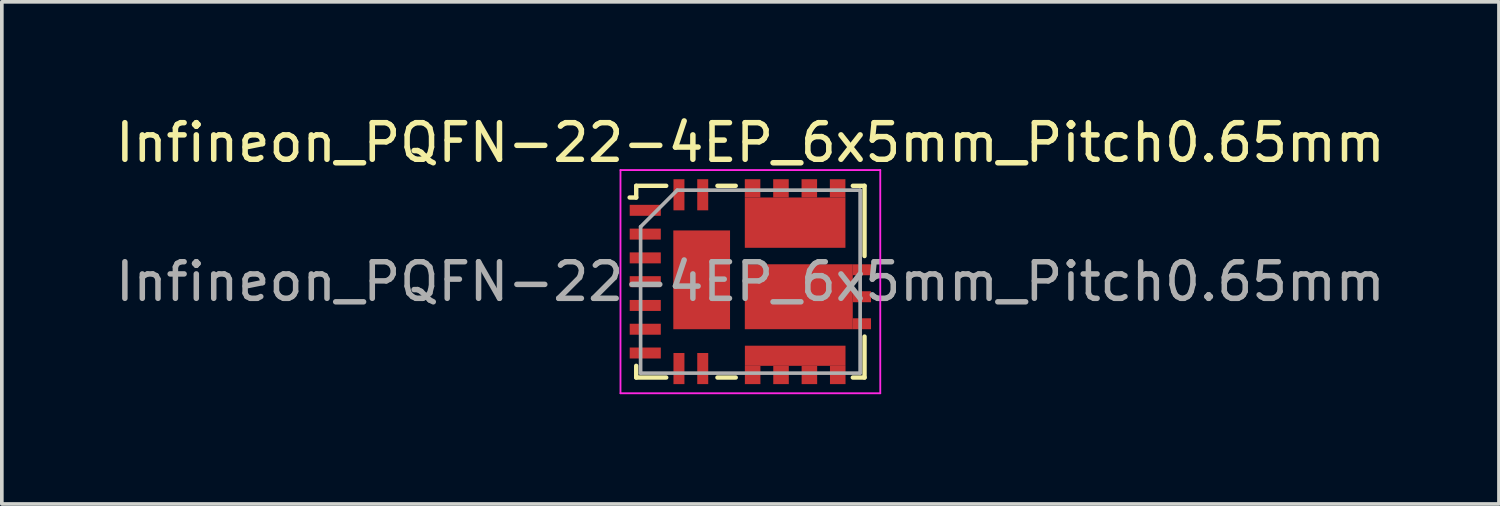
<source format=kicad_pcb>
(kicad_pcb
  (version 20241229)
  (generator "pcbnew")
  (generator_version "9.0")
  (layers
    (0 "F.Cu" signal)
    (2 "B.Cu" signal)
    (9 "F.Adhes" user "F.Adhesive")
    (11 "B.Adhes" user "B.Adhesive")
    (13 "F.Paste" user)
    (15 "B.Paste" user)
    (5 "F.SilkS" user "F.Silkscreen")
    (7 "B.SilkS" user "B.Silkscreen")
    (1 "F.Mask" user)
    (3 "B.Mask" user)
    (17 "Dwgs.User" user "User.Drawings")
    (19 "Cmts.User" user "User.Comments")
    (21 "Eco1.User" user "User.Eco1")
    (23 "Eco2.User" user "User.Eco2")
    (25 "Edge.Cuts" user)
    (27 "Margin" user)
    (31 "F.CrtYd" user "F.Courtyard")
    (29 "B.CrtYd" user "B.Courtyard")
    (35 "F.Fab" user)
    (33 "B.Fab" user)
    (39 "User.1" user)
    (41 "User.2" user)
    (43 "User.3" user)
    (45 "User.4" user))
  (footprint "Infineon_PQFN-22-4EP_6x5mm_Pitch0.65mm"
    (layer "F.Cu")
    (at 17.458 4.648)
    (property "Reference" "Infineon_PQFN-22-4EP_6x5mm_Pitch0.65mm" (at 0 -3.8 0) (layer "F.SilkS") (effects (font (size 1 1) (thickness 0.15))))
    (attr smd)
    (fp_line (start -3.12 -2.3) (end -3.3 -2.3) (stroke (width 0.12) (type solid)) (layer "F.SilkS"))
    (fp_line (start -3.12 -2.3) (end -3.12 -2.62) (stroke (width 0.12) (type solid)) (layer "F.SilkS"))
    (fp_line (start -3.12 2.62) (end -3.12 2.3) (stroke (width 0.12) (type solid)) (layer "F.SilkS"))
    (fp_line (start -2.3 -2.62) (end -3.12 -2.62) (stroke (width 0.12) (type solid)) (layer "F.SilkS"))
    (fp_line (start -2.3 2.62) (end -3.12 2.62) (stroke (width 0.12) (type solid)) (layer "F.SilkS"))
    (fp_line (start -0.9 -2.62) (end -0.4 -2.62) (stroke (width 0.12) (type solid)) (layer "F.SilkS"))
    (fp_line (start -0.9 2.62) (end -0.4 2.62) (stroke (width 0.12) (type solid)) (layer "F.SilkS"))
    (fp_line (start 3.12 -2.62) (end 2.8 -2.62) (stroke (width 0.12) (type solid)) (layer "F.SilkS"))
    (fp_line (start 3.12 -2.62) (end 3.12 -0.7) (stroke (width 0.12) (type solid)) (layer "F.SilkS"))
    (fp_line (start 3.12 1.5) (end 3.12 2.62) (stroke (width 0.12) (type solid)) (layer "F.SilkS"))
    (fp_line (start 3.12 2.62) (end 2.8 2.62) (stroke (width 0.12) (type solid)) (layer "F.SilkS"))
    (fp_line (start -3.55 -3.05) (end -3.55 3.05) (stroke (width 0.05) (type solid)) (layer "F.CrtYd"))
    (fp_line (start -3.55 3.05) (end 3.55 3.05) (stroke (width 0.05) (type solid)) (layer "F.CrtYd"))
    (fp_line (start 3.55 -3.05) (end -3.55 -3.05) (stroke (width 0.05) (type solid)) (layer "F.CrtYd"))
    (fp_line (start 3.55 3.05) (end 3.55 -3.05) (stroke (width 0.05) (type solid)) (layer "F.CrtYd"))
    (fp_line (start -3 2.5) (end -3 -1.5) (stroke (width 0.1) (type solid)) (layer "F.Fab"))
    (fp_line (start -2 -2.5) (end -3 -1.5) (stroke (width 0.1) (type solid)) (layer "F.Fab"))
    (fp_line (start -2 -2.5) (end 3 -2.5) (stroke (width 0.1) (type solid)) (layer "F.Fab"))
    (fp_line (start 3 -2.5) (end 3 2.5) (stroke (width 0.1) (type solid)) (layer "F.Fab"))
    (fp_line (start 3 2.5) (end -3 2.5) (stroke (width 0.1) (type solid)) (layer "F.Fab"))
    (fp_text user "${REFERENCE}" (at 0 0 0) (layer "F.Fab") (effects (font (size 1 1) (thickness 0.15))))
    (pad "" smd rect (at -2.873 -1.95) (size 0.8 0.27) (layers "F.Paste"))
    (pad "" smd rect (at -2.873 -1.3) (size 0.8 0.27) (layers "F.Paste"))
    (pad "" smd rect (at -2.873 -0.65) (size 0.8 0.27) (layers "F.Paste"))
    (pad "" smd rect (at -2.873 0) (size 0.8 0.27) (layers "F.Paste"))
    (pad "" smd rect (at -2.873 0.65) (size 0.8 0.27) (layers "F.Paste"))
    (pad "" smd rect (at -2.873 1.3) (size 0.8 0.27) (layers "F.Paste"))
    (pad "" smd rect (at -2.873 1.95) (size 0.8 0.27) (layers "F.Paste"))
    (pad "" smd rect (at -1.952 -2.37) (size 0.27 0.8) (layers "F.Paste"))
    (pad "" smd rect (at -1.952 2.37) (size 0.27 0.8) (layers "F.Paste"))
    (pad "" smd rect (at -1.752 -0.795) (size 0.7 1.22) (layers "F.Paste"))
    (pad "" smd rect (at -1.752 0.695) (size 0.7 1.22) (layers "F.Paste"))
    (pad "" smd rect (at -1.302 -2.37) (size 0.27 0.8) (layers "F.Paste"))
    (pad "" smd rect (at -1.302 2.37) (size 0.27 0.8) (layers "F.Paste"))
    (pad "" smd rect (at -0.902 -0.795) (size 0.7 1.22) (layers "F.Paste"))
    (pad "" smd rect (at -0.902 0.695) (size 0.7 1.22) (layers "F.Paste"))
    (pad "" smd rect (at 0.06 -2.4) (size 0.425 0.625) (layers "F.Paste"))
    (pad "" smd rect (at 0.062 2.22) (size 0.425 0.95) (layers "F.Paste"))
    (pad "" smd rect (at 0.468 0.412) (size 1.24 1.78) (layers "F.Paste"))
    (pad "" smd rect (at 0.527 -1.45) (size 1.25 0.96) (layers "F.Paste"))
    (pad "" smd rect (at 0.836 -2.4) (size 0.425 0.625) (layers "F.Paste"))
    (pad "" smd rect (at 0.838 2.22) (size 0.425 0.95) (layers "F.Paste"))
    (pad "" smd rect (at 1.611 -2.4) (size 0.425 0.625) (layers "F.Paste"))
    (pad "" smd rect (at 1.613 2.22) (size 0.425 0.95) (layers "F.Paste"))
    (pad "" smd rect (at 1.847 0.412) (size 1.24 1.78) (layers "F.Paste"))
    (pad "" smd rect (at 1.927 -1.45) (size 1.25 0.96) (layers "F.Paste"))
    (pad "" smd rect (at 2.385 -2.4) (size 0.425 0.625) (layers "F.Paste"))
    (pad "" smd rect (at 2.388 2.22) (size 0.425 0.95) (layers "F.Paste"))
    (pad "" smd rect (at 2.908 -0.328) (size 0.625 0.29) (layers "F.Paste"))
    (pad "" smd rect (at 2.908 0.412) (size 0.625 0.29) (layers "F.Paste"))
    (pad "" smd rect (at 2.908 1.153) (size 0.625 0.29) (layers "F.Paste"))
    (pad "1" smd rect (at -2.873 -1.95) (size 0.85 0.3) (layers "F.Cu" "F.Mask"))
    (pad "2" smd rect (at -2.873 -1.3) (size 0.85 0.3) (layers "F.Cu" "F.Mask"))
    (pad "3" smd rect (at -2.873 -0.65) (size 0.85 0.3) (layers "F.Cu" "F.Mask"))
    (pad "4" smd rect (at -2.873 0) (size 0.85 0.3) (layers "F.Cu" "F.Mask"))
    (pad "5" smd rect (at -2.873 0.65) (size 0.85 0.3) (layers "F.Cu" "F.Mask"))
    (pad "6" smd rect (at -2.873 1.3) (size 0.85 0.3) (layers "F.Cu" "F.Mask"))
    (pad "7" smd rect (at -2.873 1.95) (size 0.85 0.3) (layers "F.Cu" "F.Mask"))
    (pad "8" smd rect (at -1.952 2.375) (size 0.3 0.85) (layers "F.Cu" "F.Mask"))
    (pad "9" smd rect (at -1.302 2.375) (size 0.3 0.85) (layers "F.Cu" "F.Mask"))
    (pad "10" smd rect (at 0.062 2.55) (size 0.425 0.5) (layers "F.Cu" "F.Mask"))
    (pad "10" smd rect (at 0.838 2.55) (size 0.425 0.5) (layers "F.Cu" "F.Mask"))
    (pad "10" smd rect (at 1.225 2.025) (size 2.75 0.55) (layers "F.Cu" "F.Mask"))
    (pad "10" smd rect (at 1.613 2.55) (size 0.425 0.5) (layers "F.Cu" "F.Mask"))
    (pad "10" smd rect (at 2.388 2.55) (size 0.425 0.5) (layers "F.Cu" "F.Mask"))
    (pad "11" smd rect (at 1.323 0.412) (size 2.95 1.775) (layers "F.Cu" "F.Mask"))
    (pad "11" smd rect (at 3.047 -0.325) (size 0.5 0.299) (layers "F.Cu" "F.Mask"))
    (pad "11" smd rect (at 3.047 0.412) (size 0.5 0.3) (layers "F.Cu" "F.Mask"))
    (pad "11" smd rect (at 3.047 1.15) (size 0.5 0.299) (layers "F.Cu" "F.Mask"))
    (pad "12" smd rect (at 0.06 -2.55) (size 0.425 0.5) (layers "F.Cu" "F.Mask"))
    (pad "12" smd rect (at 0.836 -2.55) (size 0.425 0.5) (layers "F.Cu" "F.Mask"))
    (pad "12" smd rect (at 1.223 -1.613) (size 2.75 1.375) (layers "F.Cu" "F.Mask"))
    (pad "12" smd rect (at 1.611 -2.55) (size 0.425 0.5) (layers "F.Cu" "F.Mask"))
    (pad "12" smd rect (at 2.385 -2.55) (size 0.425 0.5) (layers "F.Cu" "F.Mask"))
    (pad "13" smd rect (at -1.302 -2.375) (size 0.3 0.85) (layers "F.Cu" "F.Mask"))
    (pad "14" smd rect (at -1.952 -2.375) (size 0.3 0.85) (layers "F.Cu" "F.Mask"))
    (pad "15" smd rect (at -1.331 -0.05) (size 1.55 2.7) (layers "F.Cu" "F.Mask")))
  (gr_rect
    (start -3 -3)
    (end 37.917 10.723)
    (stroke (width 0.1) (type default))
    (fill no)
    (layer "Edge.Cuts")))
</source>
